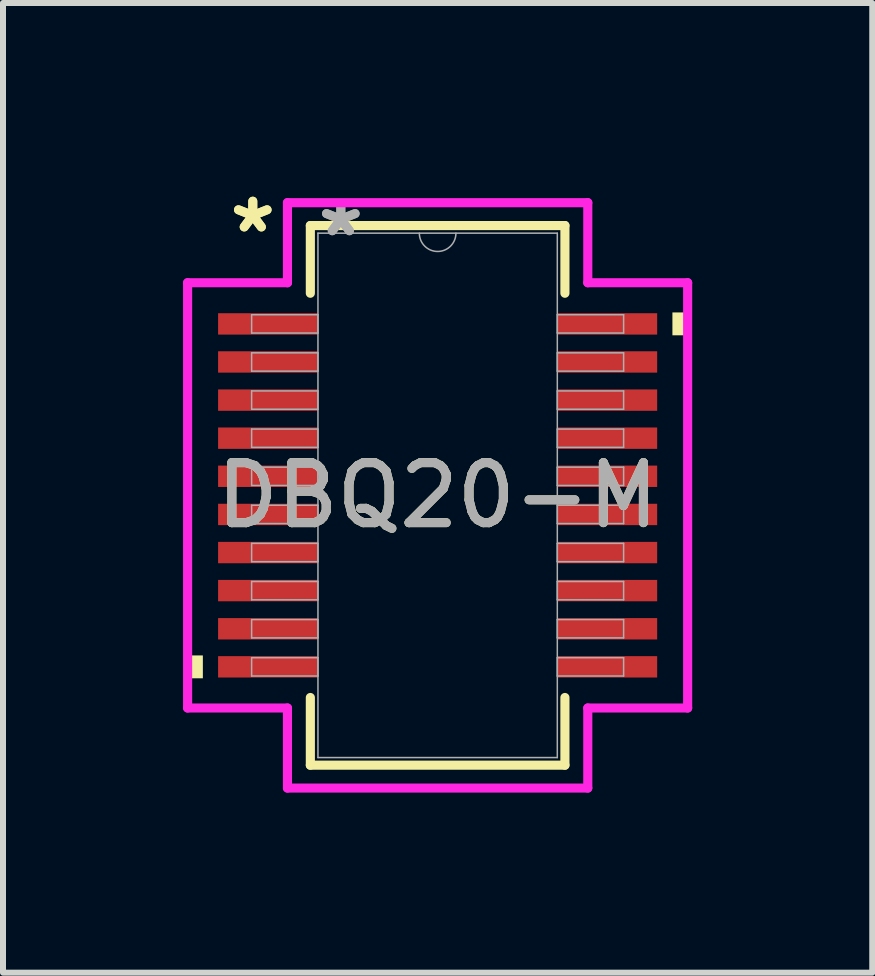
<source format=kicad_pcb>
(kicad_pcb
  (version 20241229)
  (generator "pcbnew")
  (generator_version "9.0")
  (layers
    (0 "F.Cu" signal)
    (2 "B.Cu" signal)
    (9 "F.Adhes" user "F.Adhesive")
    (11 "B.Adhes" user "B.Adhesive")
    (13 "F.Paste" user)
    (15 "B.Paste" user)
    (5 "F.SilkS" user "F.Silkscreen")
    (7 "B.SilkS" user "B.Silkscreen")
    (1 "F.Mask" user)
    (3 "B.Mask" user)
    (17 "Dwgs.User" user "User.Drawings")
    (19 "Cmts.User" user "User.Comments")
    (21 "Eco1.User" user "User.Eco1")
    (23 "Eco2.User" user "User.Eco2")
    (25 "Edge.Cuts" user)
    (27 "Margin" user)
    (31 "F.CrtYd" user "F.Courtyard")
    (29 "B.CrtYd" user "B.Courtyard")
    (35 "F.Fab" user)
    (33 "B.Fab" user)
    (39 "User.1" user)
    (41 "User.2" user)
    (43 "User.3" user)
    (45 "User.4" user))
  (footprint "DBQ20-M"
    (layer "F.Cu")
    (at 4.242 5.204)
    (property "Reference" "DBQ20-M" (at 0 0 0) (unlocked yes) (layer "F.SilkS") (effects (font (size 1 1) (thickness 0.15))))
    (attr smd)
    (fp_line (start -2.121 -4.496) (end -2.121 -3.368) (stroke (width 0.152) (type solid)) (layer "F.SilkS"))
    (fp_line (start -2.121 3.368) (end -2.121 4.496) (stroke (width 0.152) (type solid)) (layer "F.SilkS"))
    (fp_line (start -2.121 4.496) (end 2.121 4.496) (stroke (width 0.152) (type solid)) (layer "F.SilkS"))
    (fp_line (start 2.121 -4.496) (end -2.121 -4.496) (stroke (width 0.152) (type solid)) (layer "F.SilkS"))
    (fp_line (start 2.121 -3.368) (end 2.121 -4.496) (stroke (width 0.152) (type solid)) (layer "F.SilkS"))
    (fp_line (start 2.121 4.496) (end 2.121 3.368) (stroke (width 0.152) (type solid)) (layer "F.SilkS"))
    (fp_poly (pts (xy -4.166 2.667) (xy -4.166 3.048) (xy -3.912 3.048) (xy -3.912 2.667)) (stroke (width 0) (type solid)) (fill yes) (layer "F.SilkS"))
    (fp_poly (pts (xy 4.166 -3.048) (xy 4.166 -2.667) (xy 3.912 -2.667) (xy 3.912 -3.048)) (stroke (width 0) (type solid)) (fill yes) (layer "F.SilkS"))
    (fp_line (start -4.166 -3.543) (end -2.502 -3.543) (stroke (width 0.152) (type solid)) (layer "F.CrtYd"))
    (fp_line (start -4.166 3.543) (end -4.166 -3.543) (stroke (width 0.152) (type solid)) (layer "F.CrtYd"))
    (fp_line (start -4.166 3.543) (end -2.502 3.543) (stroke (width 0.152) (type solid)) (layer "F.CrtYd"))
    (fp_line (start -2.502 -4.877) (end 2.502 -4.877) (stroke (width 0.152) (type solid)) (layer "F.CrtYd"))
    (fp_line (start -2.502 -3.543) (end -2.502 -4.877) (stroke (width 0.152) (type solid)) (layer "F.CrtYd"))
    (fp_line (start -2.502 4.877) (end -2.502 3.543) (stroke (width 0.152) (type solid)) (layer "F.CrtYd"))
    (fp_line (start 2.502 -4.877) (end 2.502 -3.543) (stroke (width 0.152) (type solid)) (layer "F.CrtYd"))
    (fp_line (start 2.502 3.543) (end 2.502 4.877) (stroke (width 0.152) (type solid)) (layer "F.CrtYd"))
    (fp_line (start 2.502 4.877) (end -2.502 4.877) (stroke (width 0.152) (type solid)) (layer "F.CrtYd"))
    (fp_line (start 4.166 -3.543) (end 2.502 -3.543) (stroke (width 0.152) (type solid)) (layer "F.CrtYd"))
    (fp_line (start 4.166 -3.543) (end 4.166 3.543) (stroke (width 0.152) (type solid)) (layer "F.CrtYd"))
    (fp_line (start 4.166 3.543) (end 2.502 3.543) (stroke (width 0.152) (type solid)) (layer "F.CrtYd"))
    (fp_line (start -3.099 -3.01) (end -3.099 -2.705) (stroke (width 0.025) (type solid)) (layer "F.Fab"))
    (fp_line (start -3.099 -2.705) (end -1.994 -2.705) (stroke (width 0.025) (type solid)) (layer "F.Fab"))
    (fp_line (start -3.099 -2.375) (end -3.099 -2.07) (stroke (width 0.025) (type solid)) (layer "F.Fab"))
    (fp_line (start -3.099 -2.07) (end -1.994 -2.07) (stroke (width 0.025) (type solid)) (layer "F.Fab"))
    (fp_line (start -3.099 -1.74) (end -3.099 -1.435) (stroke (width 0.025) (type solid)) (layer "F.Fab"))
    (fp_line (start -3.099 -1.435) (end -1.994 -1.435) (stroke (width 0.025) (type solid)) (layer "F.Fab"))
    (fp_line (start -3.099 -1.105) (end -3.099 -0.8) (stroke (width 0.025) (type solid)) (layer "F.Fab"))
    (fp_line (start -3.099 -0.8) (end -1.994 -0.8) (stroke (width 0.025) (type solid)) (layer "F.Fab"))
    (fp_line (start -3.099 -0.47) (end -3.099 -0.165) (stroke (width 0.025) (type solid)) (layer "F.Fab"))
    (fp_line (start -3.099 -0.165) (end -1.994 -0.165) (stroke (width 0.025) (type solid)) (layer "F.Fab"))
    (fp_line (start -3.099 0.165) (end -3.099 0.47) (stroke (width 0.025) (type solid)) (layer "F.Fab"))
    (fp_line (start -3.099 0.47) (end -1.994 0.47) (stroke (width 0.025) (type solid)) (layer "F.Fab"))
    (fp_line (start -3.099 0.8) (end -3.099 1.105) (stroke (width 0.025) (type solid)) (layer "F.Fab"))
    (fp_line (start -3.099 1.105) (end -1.994 1.105) (stroke (width 0.025) (type solid)) (layer "F.Fab"))
    (fp_line (start -3.099 1.435) (end -3.099 1.74) (stroke (width 0.025) (type solid)) (layer "F.Fab"))
    (fp_line (start -3.099 1.74) (end -1.994 1.74) (stroke (width 0.025) (type solid)) (layer "F.Fab"))
    (fp_line (start -3.099 2.07) (end -3.099 2.375) (stroke (width 0.025) (type solid)) (layer "F.Fab"))
    (fp_line (start -3.099 2.375) (end -1.994 2.375) (stroke (width 0.025) (type solid)) (layer "F.Fab"))
    (fp_line (start -3.099 2.705) (end -3.099 3.01) (stroke (width 0.025) (type solid)) (layer "F.Fab"))
    (fp_line (start -3.099 3.01) (end -1.994 3.01) (stroke (width 0.025) (type solid)) (layer "F.Fab"))
    (fp_line (start -1.994 -4.369) (end -1.994 4.369) (stroke (width 0.025) (type solid)) (layer "F.Fab"))
    (fp_line (start -1.994 -3.01) (end -3.099 -3.01) (stroke (width 0.025) (type solid)) (layer "F.Fab"))
    (fp_line (start -1.994 -2.705) (end -1.994 -3.01) (stroke (width 0.025) (type solid)) (layer "F.Fab"))
    (fp_line (start -1.994 -2.375) (end -3.099 -2.375) (stroke (width 0.025) (type solid)) (layer "F.Fab"))
    (fp_line (start -1.994 -2.07) (end -1.994 -2.375) (stroke (width 0.025) (type solid)) (layer "F.Fab"))
    (fp_line (start -1.994 -1.74) (end -3.099 -1.74) (stroke (width 0.025) (type solid)) (layer "F.Fab"))
    (fp_line (start -1.994 -1.435) (end -1.994 -1.74) (stroke (width 0.025) (type solid)) (layer "F.Fab"))
    (fp_line (start -1.994 -1.105) (end -3.099 -1.105) (stroke (width 0.025) (type solid)) (layer "F.Fab"))
    (fp_line (start -1.994 -0.8) (end -1.994 -1.105) (stroke (width 0.025) (type solid)) (layer "F.Fab"))
    (fp_line (start -1.994 -0.47) (end -3.099 -0.47) (stroke (width 0.025) (type solid)) (layer "F.Fab"))
    (fp_line (start -1.994 -0.165) (end -1.994 -0.47) (stroke (width 0.025) (type solid)) (layer "F.Fab"))
    (fp_line (start -1.994 0.165) (end -3.099 0.165) (stroke (width 0.025) (type solid)) (layer "F.Fab"))
    (fp_line (start -1.994 0.47) (end -1.994 0.165) (stroke (width 0.025) (type solid)) (layer "F.Fab"))
    (fp_line (start -1.994 0.8) (end -3.099 0.8) (stroke (width 0.025) (type solid)) (layer "F.Fab"))
    (fp_line (start -1.994 1.105) (end -1.994 0.8) (stroke (width 0.025) (type solid)) (layer "F.Fab"))
    (fp_line (start -1.994 1.435) (end -3.099 1.435) (stroke (width 0.025) (type solid)) (layer "F.Fab"))
    (fp_line (start -1.994 1.74) (end -1.994 1.435) (stroke (width 0.025) (type solid)) (layer "F.Fab"))
    (fp_line (start -1.994 2.07) (end -3.099 2.07) (stroke (width 0.025) (type solid)) (layer "F.Fab"))
    (fp_line (start -1.994 2.375) (end -1.994 2.07) (stroke (width 0.025) (type solid)) (layer "F.Fab"))
    (fp_line (start -1.994 2.705) (end -3.099 2.705) (stroke (width 0.025) (type solid)) (layer "F.Fab"))
    (fp_line (start -1.994 3.01) (end -1.994 2.705) (stroke (width 0.025) (type solid)) (layer "F.Fab"))
    (fp_line (start -1.994 4.369) (end 1.994 4.369) (stroke (width 0.025) (type solid)) (layer "F.Fab"))
    (fp_line (start 1.994 -4.369) (end -1.994 -4.369) (stroke (width 0.025) (type solid)) (layer "F.Fab"))
    (fp_line (start 1.994 -3.01) (end 1.994 -2.705) (stroke (width 0.025) (type solid)) (layer "F.Fab"))
    (fp_line (start 1.994 -2.705) (end 3.099 -2.705) (stroke (width 0.025) (type solid)) (layer "F.Fab"))
    (fp_line (start 1.994 -2.375) (end 1.994 -2.07) (stroke (width 0.025) (type solid)) (layer "F.Fab"))
    (fp_line (start 1.994 -2.07) (end 3.099 -2.07) (stroke (width 0.025) (type solid)) (layer "F.Fab"))
    (fp_line (start 1.994 -1.74) (end 1.994 -1.435) (stroke (width 0.025) (type solid)) (layer "F.Fab"))
    (fp_line (start 1.994 -1.435) (end 3.099 -1.435) (stroke (width 0.025) (type solid)) (layer "F.Fab"))
    (fp_line (start 1.994 -1.105) (end 1.994 -0.8) (stroke (width 0.025) (type solid)) (layer "F.Fab"))
    (fp_line (start 1.994 -0.8) (end 3.099 -0.8) (stroke (width 0.025) (type solid)) (layer "F.Fab"))
    (fp_line (start 1.994 -0.47) (end 1.994 -0.165) (stroke (width 0.025) (type solid)) (layer "F.Fab"))
    (fp_line (start 1.994 -0.165) (end 3.099 -0.165) (stroke (width 0.025) (type solid)) (layer "F.Fab"))
    (fp_line (start 1.994 0.165) (end 1.994 0.47) (stroke (width 0.025) (type solid)) (layer "F.Fab"))
    (fp_line (start 1.994 0.47) (end 3.099 0.47) (stroke (width 0.025) (type solid)) (layer "F.Fab"))
    (fp_line (start 1.994 0.8) (end 1.994 1.105) (stroke (width 0.025) (type solid)) (layer "F.Fab"))
    (fp_line (start 1.994 1.105) (end 3.099 1.105) (stroke (width 0.025) (type solid)) (layer "F.Fab"))
    (fp_line (start 1.994 1.435) (end 1.994 1.74) (stroke (width 0.025) (type solid)) (layer "F.Fab"))
    (fp_line (start 1.994 1.74) (end 3.099 1.74) (stroke (width 0.025) (type solid)) (layer "F.Fab"))
    (fp_line (start 1.994 2.07) (end 1.994 2.375) (stroke (width 0.025) (type solid)) (layer "F.Fab"))
    (fp_line (start 1.994 2.375) (end 3.099 2.375) (stroke (width 0.025) (type solid)) (layer "F.Fab"))
    (fp_line (start 1.994 2.705) (end 1.994 3.01) (stroke (width 0.025) (type solid)) (layer "F.Fab"))
    (fp_line (start 1.994 3.01) (end 3.099 3.01) (stroke (width 0.025) (type solid)) (layer "F.Fab"))
    (fp_line (start 1.994 4.369) (end 1.994 -4.369) (stroke (width 0.025) (type solid)) (layer "F.Fab"))
    (fp_line (start 3.099 -3.01) (end 1.994 -3.01) (stroke (width 0.025) (type solid)) (layer "F.Fab"))
    (fp_line (start 3.099 -2.705) (end 3.099 -3.01) (stroke (width 0.025) (type solid)) (layer "F.Fab"))
    (fp_line (start 3.099 -2.375) (end 1.994 -2.375) (stroke (width 0.025) (type solid)) (layer "F.Fab"))
    (fp_line (start 3.099 -2.07) (end 3.099 -2.375) (stroke (width 0.025) (type solid)) (layer "F.Fab"))
    (fp_line (start 3.099 -1.74) (end 1.994 -1.74) (stroke (width 0.025) (type solid)) (layer "F.Fab"))
    (fp_line (start 3.099 -1.435) (end 3.099 -1.74) (stroke (width 0.025) (type solid)) (layer "F.Fab"))
    (fp_line (start 3.099 -1.105) (end 1.994 -1.105) (stroke (width 0.025) (type solid)) (layer "F.Fab"))
    (fp_line (start 3.099 -0.8) (end 3.099 -1.105) (stroke (width 0.025) (type solid)) (layer "F.Fab"))
    (fp_line (start 3.099 -0.47) (end 1.994 -0.47) (stroke (width 0.025) (type solid)) (layer "F.Fab"))
    (fp_line (start 3.099 -0.165) (end 3.099 -0.47) (stroke (width 0.025) (type solid)) (layer "F.Fab"))
    (fp_line (start 3.099 0.165) (end 1.994 0.165) (stroke (width 0.025) (type solid)) (layer "F.Fab"))
    (fp_line (start 3.099 0.47) (end 3.099 0.165) (stroke (width 0.025) (type solid)) (layer "F.Fab"))
    (fp_line (start 3.099 0.8) (end 1.994 0.8) (stroke (width 0.025) (type solid)) (layer "F.Fab"))
    (fp_line (start 3.099 1.105) (end 3.099 0.8) (stroke (width 0.025) (type solid)) (layer "F.Fab"))
    (fp_line (start 3.099 1.435) (end 1.994 1.435) (stroke (width 0.025) (type solid)) (layer "F.Fab"))
    (fp_line (start 3.099 1.74) (end 3.099 1.435) (stroke (width 0.025) (type solid)) (layer "F.Fab"))
    (fp_line (start 3.099 2.07) (end 1.994 2.07) (stroke (width 0.025) (type solid)) (layer "F.Fab"))
    (fp_line (start 3.099 2.375) (end 3.099 2.07) (stroke (width 0.025) (type solid)) (layer "F.Fab"))
    (fp_line (start 3.099 2.705) (end 1.994 2.705) (stroke (width 0.025) (type solid)) (layer "F.Fab"))
    (fp_line (start 3.099 3.01) (end 3.099 2.705) (stroke (width 0.025) (type solid)) (layer "F.Fab"))
    (fp_arc (start 0.3048 -4.3688) (mid 0 -4.064) (end -0.3048 -4.3688) (stroke (width 0.0254) (type solid)) (layer "F.Fab"))
    (fp_text user "*" (at -3.08 -4.356 0) (unlocked yes) (layer "F.SilkS") (effects (font (size 1 1) (thickness 0.15))))
    (fp_text user "*" (at -3.08 -4.356 0) (layer "F.SilkS") (effects (font (size 1 1) (thickness 0.15))))
    (fp_text user "${REFERENCE}" (at 0 0 0) (unlocked yes) (layer "F.Fab") (effects (font (size 1 1) (thickness 0.15))))
    (fp_text user "*" (at -1.613 -4.293 0) (unlocked yes) (layer "F.Fab") (effects (font (size 1 1) (thickness 0.15))))
    (fp_text user "*" (at -1.613 -4.293 0) (layer "F.Fab") (effects (font (size 1 1) (thickness 0.15))))
    (pad "1" smd rect (at -2.826 -2.857) (size 1.664 0.356) (layers "F.Cu" "F.Mask" "F.Paste"))
    (pad "2" smd rect (at -2.826 -2.223) (size 1.664 0.356) (layers "F.Cu" "F.Mask" "F.Paste"))
    (pad "3" smd rect (at -2.826 -1.587) (size 1.664 0.356) (layers "F.Cu" "F.Mask" "F.Paste"))
    (pad "4" smd rect (at -2.826 -0.953) (size 1.664 0.356) (layers "F.Cu" "F.Mask" "F.Paste"))
    (pad "5" smd rect (at -2.826 -0.318) (size 1.664 0.356) (layers "F.Cu" "F.Mask" "F.Paste"))
    (pad "6" smd rect (at -2.826 0.318) (size 1.664 0.356) (layers "F.Cu" "F.Mask" "F.Paste"))
    (pad "7" smd rect (at -2.826 0.953) (size 1.664 0.356) (layers "F.Cu" "F.Mask" "F.Paste"))
    (pad "8" smd rect (at -2.826 1.587) (size 1.664 0.356) (layers "F.Cu" "F.Mask" "F.Paste"))
    (pad "9" smd rect (at -2.826 2.223) (size 1.664 0.356) (layers "F.Cu" "F.Mask" "F.Paste"))
    (pad "10" smd rect (at -2.826 2.857) (size 1.664 0.356) (layers "F.Cu" "F.Mask" "F.Paste"))
    (pad "11" smd rect (at 2.826 2.857) (size 1.664 0.356) (layers "F.Cu" "F.Mask" "F.Paste"))
    (pad "12" smd rect (at 2.826 2.223) (size 1.664 0.356) (layers "F.Cu" "F.Mask" "F.Paste"))
    (pad "13" smd rect (at 2.826 1.587) (size 1.664 0.356) (layers "F.Cu" "F.Mask" "F.Paste"))
    (pad "14" smd rect (at 2.826 0.953) (size 1.664 0.356) (layers "F.Cu" "F.Mask" "F.Paste"))
    (pad "15" smd rect (at 2.826 0.318) (size 1.664 0.356) (layers "F.Cu" "F.Mask" "F.Paste"))
    (pad "16" smd rect (at 2.826 -0.318) (size 1.664 0.356) (layers "F.Cu" "F.Mask" "F.Paste"))
    (pad "17" smd rect (at 2.826 -0.953) (size 1.664 0.356) (layers "F.Cu" "F.Mask" "F.Paste"))
    (pad "18" smd rect (at 2.826 -1.587) (size 1.664 0.356) (layers "F.Cu" "F.Mask" "F.Paste"))
    (pad "19" smd rect (at 2.826 -2.223) (size 1.664 0.356) (layers "F.Cu" "F.Mask" "F.Paste"))
    (pad "20" smd rect (at 2.826 -2.857) (size 1.664 0.356) (layers "F.Cu" "F.Mask" "F.Paste")))
  (gr_rect
    (start -3 -3)
    (end 11.484 13.157)
    (stroke (width 0.1) (type default))
    (fill no)
    (layer "Edge.Cuts")))
</source>
